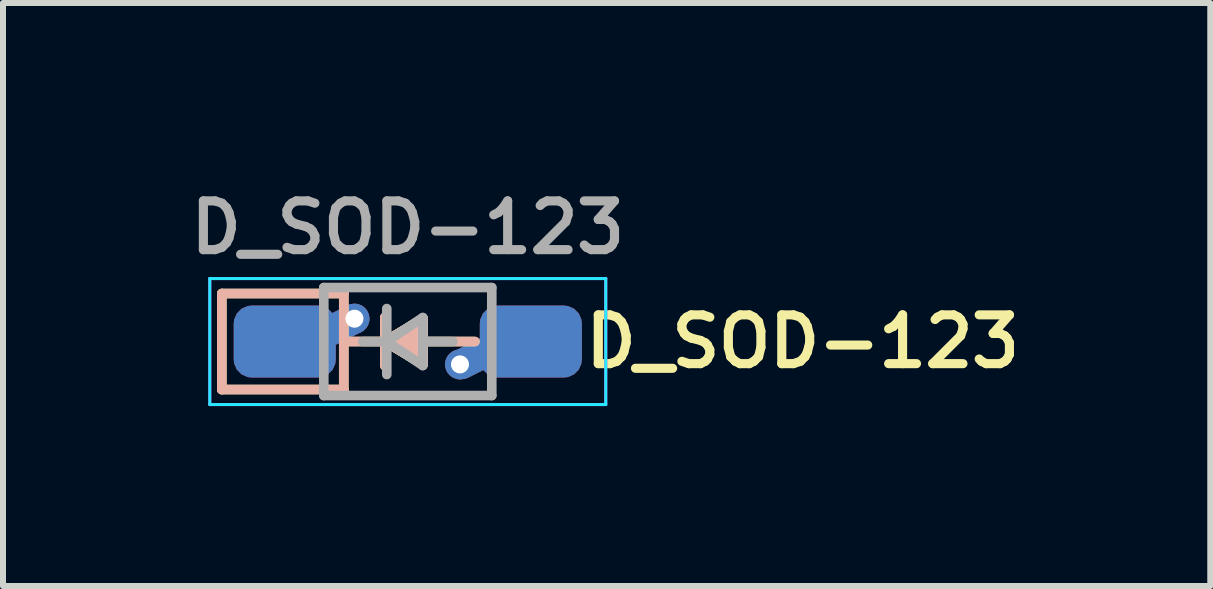
<source format=kicad_pcb>
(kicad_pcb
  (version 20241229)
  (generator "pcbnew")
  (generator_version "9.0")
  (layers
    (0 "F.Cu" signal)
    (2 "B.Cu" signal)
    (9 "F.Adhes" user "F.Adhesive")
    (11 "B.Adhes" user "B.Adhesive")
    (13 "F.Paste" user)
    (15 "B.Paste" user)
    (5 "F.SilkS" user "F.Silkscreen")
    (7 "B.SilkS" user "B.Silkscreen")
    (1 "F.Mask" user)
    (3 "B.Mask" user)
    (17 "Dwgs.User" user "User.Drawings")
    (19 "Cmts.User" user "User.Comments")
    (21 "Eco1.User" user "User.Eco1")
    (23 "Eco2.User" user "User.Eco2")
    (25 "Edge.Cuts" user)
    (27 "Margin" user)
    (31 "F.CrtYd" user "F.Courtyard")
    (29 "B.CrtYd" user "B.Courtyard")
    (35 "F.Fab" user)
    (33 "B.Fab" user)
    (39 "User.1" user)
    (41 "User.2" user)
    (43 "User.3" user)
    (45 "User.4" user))
  (footprint "D_SOD-123"
    (layer "F.Cu")
    (at 3.747 2.643)
    (property "Reference" "D_SOD-123" (at 2.882 0 0) (layer "F.SilkS") (effects (font (size 0.813 0.813) (thickness 0.152)) (justify left)))
    (attr smd)
    (fp_line (start -3.1 -0.8) (end -1.067 -0.8) (stroke (width 0.16) (type solid)) (layer "F.SilkS"))
    (fp_line (start -3.1 0.8) (end -3.1 -0.8) (stroke (width 0.16) (type solid)) (layer "F.SilkS"))
    (fp_line (start -1.067 -0.8) (end -1.067 0.8) (stroke (width 0.16) (type solid)) (layer "F.SilkS"))
    (fp_line (start -1.067 0.8) (end -3.1 0.8) (stroke (width 0.16) (type solid)) (layer "F.SilkS"))
    (fp_line (start -1.041 0) (end -0.381 0) (stroke (width 0.16) (type solid)) (layer "F.SilkS"))
    (fp_line (start -0.381 -0.406) (end -0.381 0.406) (stroke (width 0.16) (type solid)) (layer "F.SilkS"))
    (fp_line (start -0.381 0) (end 0.254 -0.381) (stroke (width 0.16) (type solid)) (layer "F.SilkS"))
    (fp_line (start 0.254 -0.381) (end 0.254 0.381) (stroke (width 0.16) (type solid)) (layer "F.SilkS"))
    (fp_line (start 0.254 0) (end 1.118 0) (stroke (width 0.16) (type solid)) (layer "F.SilkS"))
    (fp_line (start 0.254 0.381) (end -0.381 0) (stroke (width 0.16) (type solid)) (layer "F.SilkS"))
    (fp_poly (pts (xy 0.254 0.381) (xy -0.381 0) (xy 0.254 -0.381)) (stroke (width 0.16) (type solid)) (fill yes) (layer "F.SilkS"))
    (fp_line (start -3.1 -0.8) (end -3.1 0.8) (stroke (width 0.16) (type solid)) (layer "B.SilkS"))
    (fp_line (start -3.1 0.8) (end -1.067 0.8) (stroke (width 0.16) (type solid)) (layer "B.SilkS"))
    (fp_line (start -1.067 -0.8) (end -3.1 -0.8) (stroke (width 0.16) (type solid)) (layer "B.SilkS"))
    (fp_line (start -1.067 0.8) (end -1.067 -0.8) (stroke (width 0.16) (type solid)) (layer "B.SilkS"))
    (fp_line (start -1.041 0) (end -0.381 0) (stroke (width 0.16) (type solid)) (layer "B.SilkS"))
    (fp_line (start -0.381 0) (end 0.254 0.381) (stroke (width 0.16) (type solid)) (layer "B.SilkS"))
    (fp_line (start -0.381 0.406) (end -0.381 -0.406) (stroke (width 0.16) (type solid)) (layer "B.SilkS"))
    (fp_line (start 0.254 -0.381) (end -0.381 0) (stroke (width 0.16) (type solid)) (layer "B.SilkS"))
    (fp_line (start 0.254 0) (end 1.118 0) (stroke (width 0.16) (type solid)) (layer "B.SilkS"))
    (fp_line (start 0.254 0.381) (end 0.254 -0.381) (stroke (width 0.16) (type solid)) (layer "B.SilkS"))
    (fp_poly (pts (xy 0.254 -0.381) (xy -0.381 0) (xy 0.254 0.381)) (stroke (width 0.16) (type solid)) (fill yes) (layer "B.SilkS"))
    (fp_line (start -3.3 -1.05) (end -3.3 1.05) (stroke (width 0.05) (type solid)) (layer "B.CrtYd"))
    (fp_line (start -3.3 -1.05) (end 3.3 -1.05) (stroke (width 0.05) (type solid)) (layer "B.CrtYd"))
    (fp_line (start 3.3 -1.05) (end 3.3 1.05) (stroke (width 0.05) (type solid)) (layer "B.CrtYd"))
    (fp_line (start 3.3 1.05) (end -3.3 1.05) (stroke (width 0.05) (type solid)) (layer "B.CrtYd"))
    (fp_line (start -3.3 -1.05) (end -3.3 1.05) (stroke (width 0.05) (type solid)) (layer "F.CrtYd"))
    (fp_line (start -3.3 -1.05) (end 3.3 -1.05) (stroke (width 0.05) (type solid)) (layer "F.CrtYd"))
    (fp_line (start 3.3 -1.05) (end 3.3 1.05) (stroke (width 0.05) (type solid)) (layer "F.CrtYd"))
    (fp_line (start 3.3 1.05) (end -3.3 1.05) (stroke (width 0.05) (type solid)) (layer "F.CrtYd"))
    (fp_line (start -1.4 -0.9) (end 1.4 -0.9) (stroke (width 0.16) (type solid)) (layer "F.Fab"))
    (fp_line (start -1.4 0.9) (end -1.4 -0.9) (stroke (width 0.16) (type solid)) (layer "F.Fab"))
    (fp_line (start -0.75 0) (end -0.35 0) (stroke (width 0.16) (type solid)) (layer "F.Fab"))
    (fp_line (start -0.35 0) (end -0.35 -0.55) (stroke (width 0.16) (type solid)) (layer "F.Fab"))
    (fp_line (start -0.35 0) (end -0.35 0.55) (stroke (width 0.16) (type solid)) (layer "F.Fab"))
    (fp_line (start -0.35 0) (end 0.25 -0.4) (stroke (width 0.16) (type solid)) (layer "F.Fab"))
    (fp_line (start 0.25 -0.4) (end 0.25 0.4) (stroke (width 0.16) (type solid)) (layer "F.Fab"))
    (fp_line (start 0.25 0) (end 0.75 0) (stroke (width 0.16) (type solid)) (layer "F.Fab"))
    (fp_line (start 0.25 0.4) (end -0.35 0) (stroke (width 0.16) (type solid)) (layer "F.Fab"))
    (fp_line (start 1.4 -0.9) (end 1.4 0.9) (stroke (width 0.16) (type solid)) (layer "F.Fab"))
    (fp_line (start 1.4 0.9) (end -1.4 0.9) (stroke (width 0.16) (type solid)) (layer "F.Fab"))
    (fp_text user "${REFERENCE}" (at 0 -1.9 0) (layer "F.Fab") (effects (font (size 0.813 0.813) (thickness 0.152))))
    (pad "1" smd roundrect (at -2.051 0) (size 1.701 1.2) (layers "F.Cu" "F.Mask" "F.Paste") (roundrect_rratio 0.25))
    (pad "1" smd roundrect (at -2.051 0) (size 1.701 1.2) (layers "B.Cu" "B.Mask" "B.Paste") (roundrect_rratio 0.25))
    (pad "1" smd custom (at -1.651 0) (size 0.01 0.01) (layers "F.Cu") (options (anchor circle)) (primitives (gr_line (start 0.762 -0.381) (end 0 0) (width 0.5))))
    (pad "1" smd custom (at -1.651 0) (size 0.01 0.01) (layers "B.Cu") (options (anchor circle)) (primitives (gr_line (start 0.762 -0.381) (end 0 0) (width 0.5))))
    (pad "1" thru_hole circle (at -0.889 -0.381) (size 0.5 0.5) (drill 0.3) (layers "*.Cu"))
    (pad "2" thru_hole circle (at 0.87 0.381) (size 0.5 0.5) (drill 0.3) (layers "*.Cu"))
    (pad "2" smd custom (at 1.651 0) (size 0.01 0.01) (layers "F.Cu") (options (anchor circle)) (primitives (gr_line (start -0.761 0.381) (end 0.001 0) (width 0.5))))
    (pad "2" smd custom (at 1.651 0) (size 0.01 0.01) (layers "B.Cu") (options (anchor circle)) (primitives (gr_line (start -0.761 0.381) (end 0.001 0) (width 0.5))))
    (pad "2" smd roundrect (at 2.051 0) (size 1.701 1.2) (layers "F.Cu" "F.Mask" "F.Paste") (roundrect_rratio 0.25))
    (pad "2" smd roundrect (at 2.051 0) (size 1.701 1.2) (layers "B.Cu" "B.Mask" "B.Paste") (roundrect_rratio 0.25)))
  (gr_rect
    (start -3 -3)
    (end 17.123 6.718)
    (stroke (width 0.1) (type default))
    (fill no)
    (layer "Edge.Cuts")))
</source>
